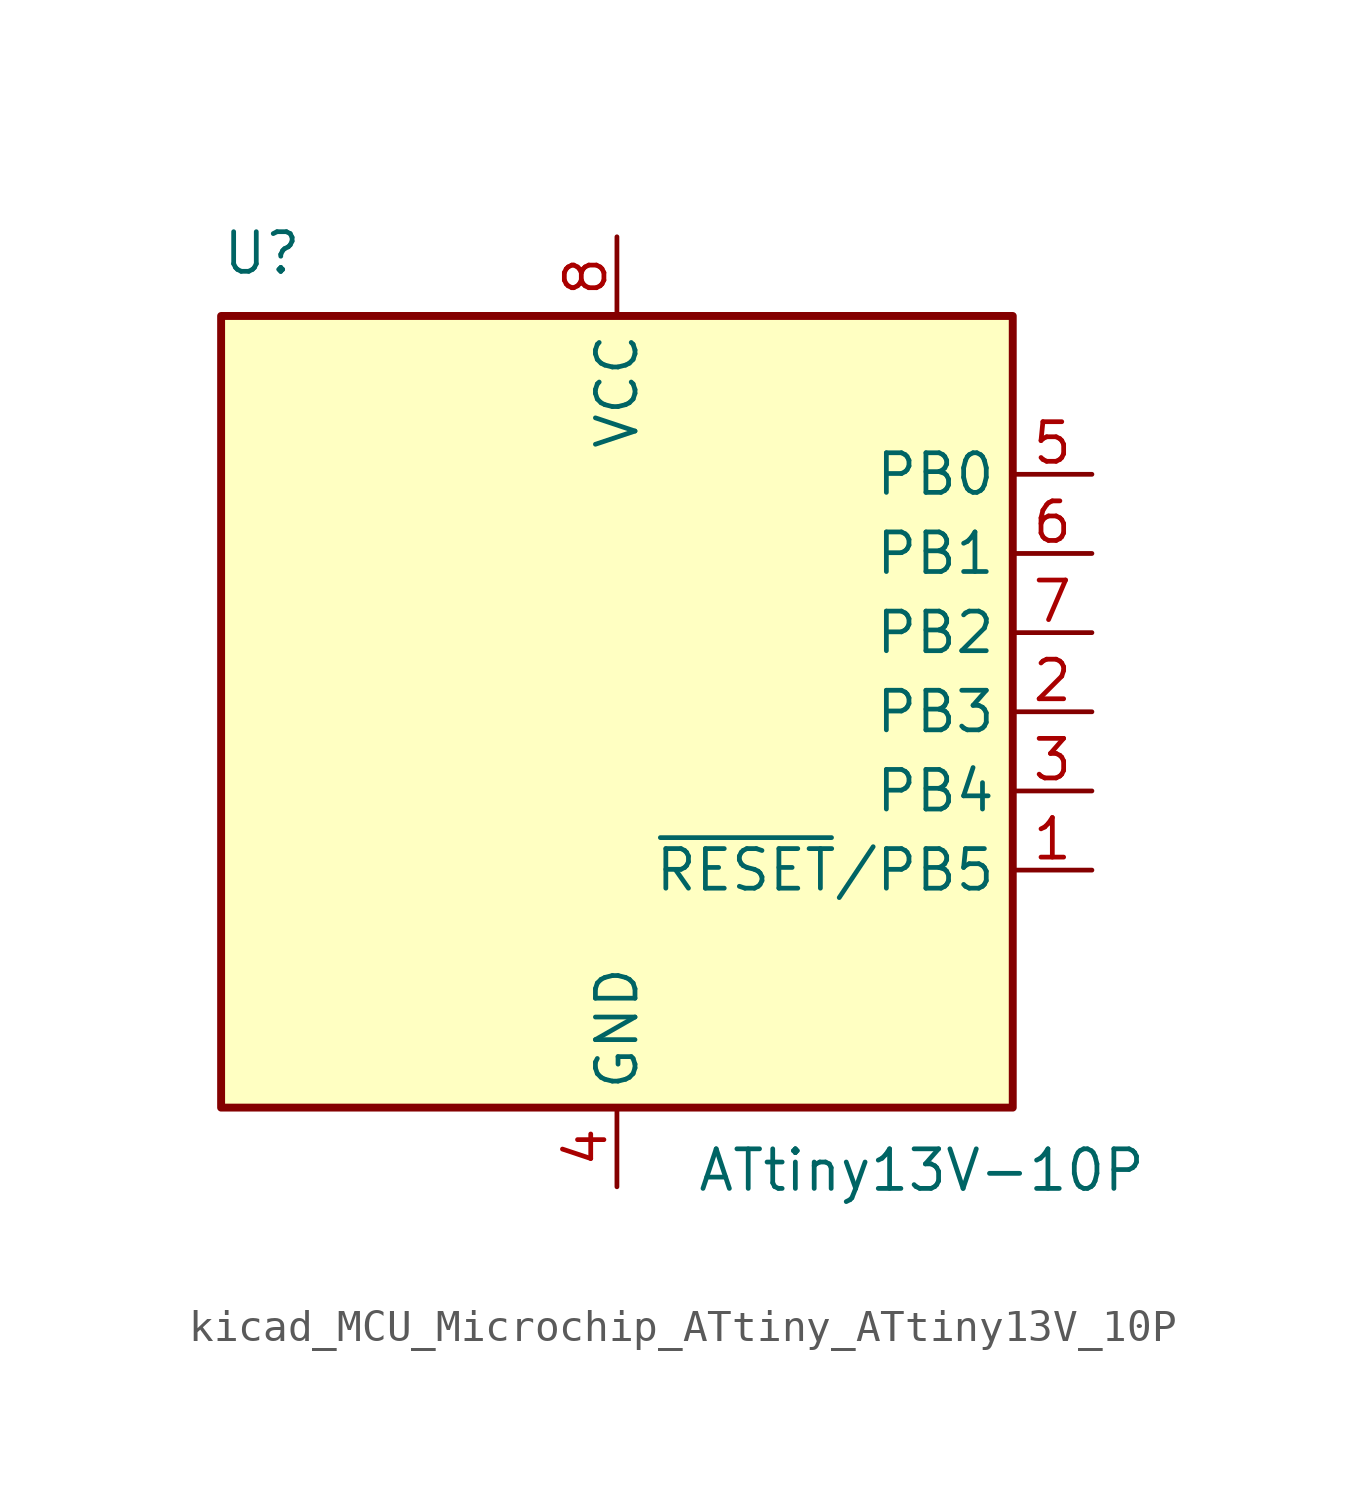
<source format=kicad_sym>
(kicad_symbol_lib
  (version 20220914)
  (generator kicad_symbol_editor)
  (symbol "kicad_MCU_Microchip_ATtiny_ATtiny13V_10P"
    (property "Reference" "U"
      (at -12.7 13.97 0)
      (effects (font (size 1.27 1.27)) (justify left bottom)))
    (property "Value" "ATtiny13V-10P"
      (at 2.54 -13.97 0)
      (effects (font (size 1.27 1.27)) (justify left top)))
    (symbol "kicad_MCU_Microchip_ATtiny_ATtiny13V_10P_0_1"
      (rectangle (start -12.7 -12.7) (end 12.7 12.7) (stroke (width 0.254) (type default)) (fill (type background))))
    (symbol "kicad_MCU_Microchip_ATtiny_ATtiny13V_10P_1_1"
      (pin bidirectional line (at 15.24 -5.08 180) (length 2.54) (name "~{RESET}/PB5" (effects (font (size 1.27 1.27)))) (number "1" (effects (font (size 1.27 1.27)))))
      (pin bidirectional line (at 15.24 0 180) (length 2.54) (name "PB3" (effects (font (size 1.27 1.27)))) (number "2" (effects (font (size 1.27 1.27)))))
      (pin bidirectional line (at 15.24 -2.54 180) (length 2.54) (name "PB4" (effects (font (size 1.27 1.27)))) (number "3" (effects (font (size 1.27 1.27)))))
      (pin power_in line (at 0 -15.24 90) (length 2.54) (name "GND" (effects (font (size 1.27 1.27)))) (number "4" (effects (font (size 1.27 1.27)))))
      (pin bidirectional line (at 15.24 7.62 180) (length 2.54) (name "PB0" (effects (font (size 1.27 1.27)))) (number "5" (effects (font (size 1.27 1.27)))))
      (pin bidirectional line (at 15.24 5.08 180) (length 2.54) (name "PB1" (effects (font (size 1.27 1.27)))) (number "6" (effects (font (size 1.27 1.27)))))
      (pin bidirectional line (at 15.24 2.54 180) (length 2.54) (name "PB2" (effects (font (size 1.27 1.27)))) (number "7" (effects (font (size 1.27 1.27)))))
      (pin power_in line (at 0 15.24 270) (length 2.54) (name "VCC" (effects (font (size 1.27 1.27)))) (number "8" (effects (font (size 1.27 1.27))))))))
</source>
